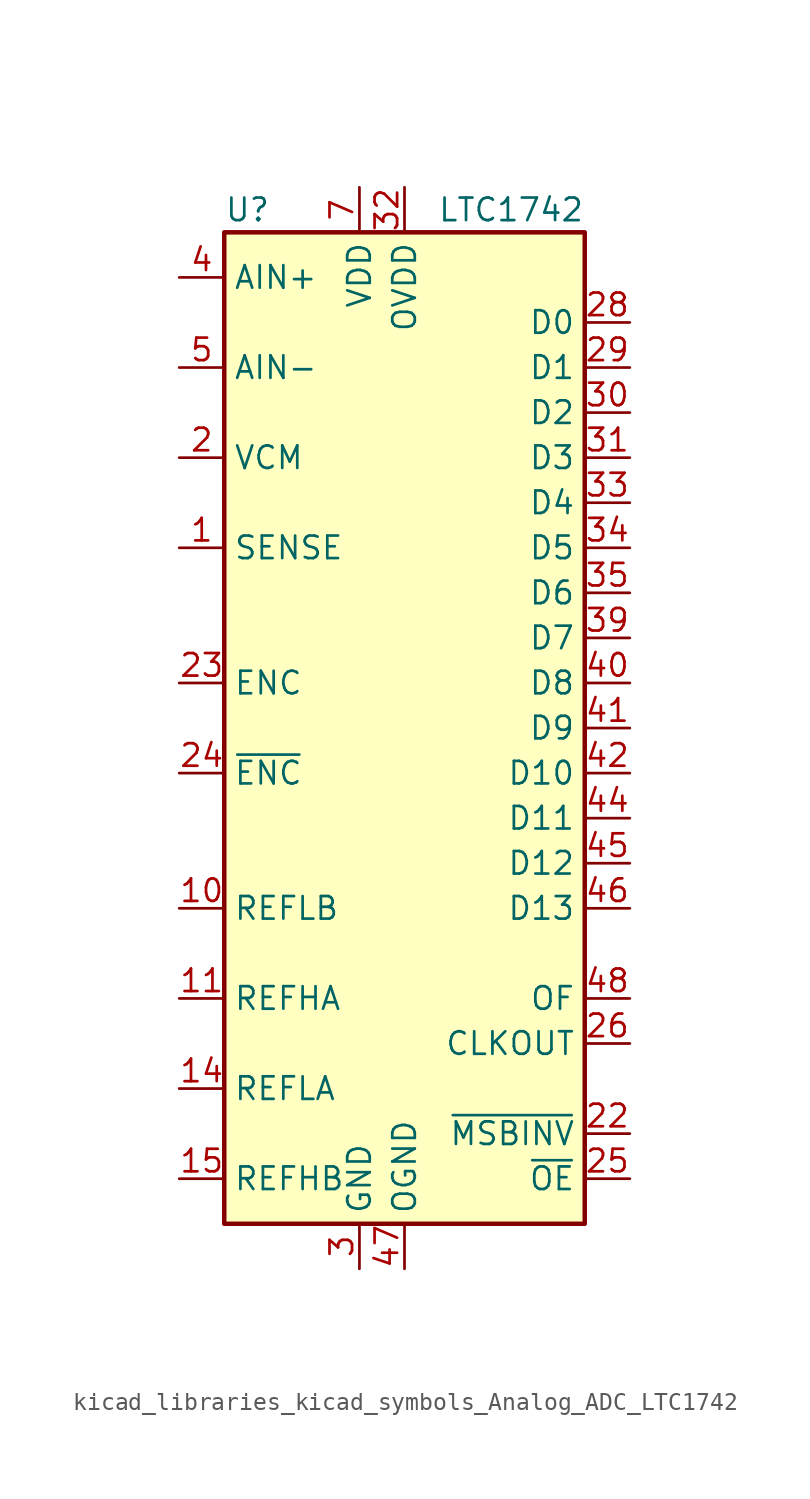
<source format=kicad_sym>
(kicad_symbol_lib
  (version 20220914)
  (generator kicad_symbol_editor)
  (symbol "kicad_libraries_kicad_symbols_Analog_ADC_LTC1742"
    (property "Reference" "U"
      (at -10.16 29.21 0)
      (effects (font (size 1.27 1.27)) (justify left)))
    (property "Value" "LTC1742"
      (at 10.16 29.21 0)
      (effects (font (size 1.27 1.27)) (justify right)))
    (symbol "kicad_libraries_kicad_symbols_Analog_ADC_LTC1742_0_1"
      (rectangle (start -10.16 27.94) (end 10.16 -27.94) (stroke (width 0.254) (type default)) (fill (type background))))
    (symbol "kicad_libraries_kicad_symbols_Analog_ADC_LTC1742_1_1"
      (pin input line (at -12.7 10.16 0) (length 2.54) (name "SENSE" (effects (font (size 1.27 1.27)))) (number "1" (effects (font (size 1.27 1.27)))))
      (pin passive line (at -12.7 -10.16 0) (length 2.54) (name "REFLB" (effects (font (size 1.27 1.27)))) (number "10" (effects (font (size 1.27 1.27)))))
      (pin passive line (at -12.7 -15.24 0) (length 2.54) (name "REFHA" (effects (font (size 1.27 1.27)))) (number "11" (effects (font (size 1.27 1.27)))))
      (pin passive line (at -2.54 -30.48 90) (length 2.54) hide (name "GND" (effects (font (size 1.27 1.27)))) (number "12" (effects (font (size 1.27 1.27)))))
      (pin passive line (at -2.54 -30.48 90) (length 2.54) hide (name "GND" (effects (font (size 1.27 1.27)))) (number "13" (effects (font (size 1.27 1.27)))))
      (pin passive line (at -12.7 -20.32 0) (length 2.54) (name "REFLA" (effects (font (size 1.27 1.27)))) (number "14" (effects (font (size 1.27 1.27)))))
      (pin passive line (at -12.7 -25.4 0) (length 2.54) (name "REFHB" (effects (font (size 1.27 1.27)))) (number "15" (effects (font (size 1.27 1.27)))))
      (pin passive line (at -2.54 -30.48 90) (length 2.54) hide (name "GND" (effects (font (size 1.27 1.27)))) (number "16" (effects (font (size 1.27 1.27)))))
      (pin passive line (at -2.54 30.48 270) (length 2.54) hide (name "VDD" (effects (font (size 1.27 1.27)))) (number "17" (effects (font (size 1.27 1.27)))))
      (pin passive line (at -2.54 30.48 270) (length 2.54) hide (name "VDD" (effects (font (size 1.27 1.27)))) (number "18" (effects (font (size 1.27 1.27)))))
      (pin passive line (at -2.54 -30.48 90) (length 2.54) hide (name "GND" (effects (font (size 1.27 1.27)))) (number "19" (effects (font (size 1.27 1.27)))))
      (pin output line (at -12.7 15.24 0) (length 2.54) (name "VCM" (effects (font (size 1.27 1.27)))) (number "2" (effects (font (size 1.27 1.27)))))
      (pin passive line (at -2.54 30.48 270) (length 2.54) hide (name "VDD" (effects (font (size 1.27 1.27)))) (number "20" (effects (font (size 1.27 1.27)))))
      (pin passive line (at -2.54 -30.48 90) (length 2.54) hide (name "GND" (effects (font (size 1.27 1.27)))) (number "21" (effects (font (size 1.27 1.27)))))
      (pin input line (at 12.7 -22.86 180) (length 2.54) (name "~{MSBINV}" (effects (font (size 1.27 1.27)))) (number "22" (effects (font (size 1.27 1.27)))))
      (pin input line (at -12.7 2.54 0) (length 2.54) (name "ENC" (effects (font (size 1.27 1.27)))) (number "23" (effects (font (size 1.27 1.27)))))
      (pin input line (at -12.7 -2.54 0) (length 2.54) (name "~{ENC}" (effects (font (size 1.27 1.27)))) (number "24" (effects (font (size 1.27 1.27)))))
      (pin input line (at 12.7 -25.4 180) (length 2.54) (name "~{OE}" (effects (font (size 1.27 1.27)))) (number "25" (effects (font (size 1.27 1.27)))))
      (pin output line (at 12.7 -17.78 180) (length 2.54) (name "CLKOUT" (effects (font (size 1.27 1.27)))) (number "26" (effects (font (size 1.27 1.27)))))
      (pin passive line (at 0 -30.48 90) (length 2.54) hide (name "OGND" (effects (font (size 1.27 1.27)))) (number "27" (effects (font (size 1.27 1.27)))))
      (pin output line (at 12.7 22.86 180) (length 2.54) (name "D0" (effects (font (size 1.27 1.27)))) (number "28" (effects (font (size 1.27 1.27)))))
      (pin output line (at 12.7 20.32 180) (length 2.54) (name "D1" (effects (font (size 1.27 1.27)))) (number "29" (effects (font (size 1.27 1.27)))))
      (pin power_in line (at -2.54 -30.48 90) (length 2.54) (name "GND" (effects (font (size 1.27 1.27)))) (number "3" (effects (font (size 1.27 1.27)))))
      (pin output line (at 12.7 17.78 180) (length 2.54) (name "D2" (effects (font (size 1.27 1.27)))) (number "30" (effects (font (size 1.27 1.27)))))
      (pin output line (at 12.7 15.24 180) (length 2.54) (name "D3" (effects (font (size 1.27 1.27)))) (number "31" (effects (font (size 1.27 1.27)))))
      (pin power_in line (at 0 30.48 270) (length 2.54) (name "OVDD" (effects (font (size 1.27 1.27)))) (number "32" (effects (font (size 1.27 1.27)))))
      (pin output line (at 12.7 12.7 180) (length 2.54) (name "D4" (effects (font (size 1.27 1.27)))) (number "33" (effects (font (size 1.27 1.27)))))
      (pin output line (at 12.7 10.16 180) (length 2.54) (name "D5" (effects (font (size 1.27 1.27)))) (number "34" (effects (font (size 1.27 1.27)))))
      (pin output line (at 12.7 7.62 180) (length 2.54) (name "D6" (effects (font (size 1.27 1.27)))) (number "35" (effects (font (size 1.27 1.27)))))
      (pin passive line (at -2.54 -30.48 90) (length 2.54) hide (name "GND" (effects (font (size 1.27 1.27)))) (number "36" (effects (font (size 1.27 1.27)))))
      (pin passive line (at -2.54 -30.48 90) (length 2.54) hide (name "GND" (effects (font (size 1.27 1.27)))) (number "37" (effects (font (size 1.27 1.27)))))
      (pin passive line (at 0 -30.48 90) (length 2.54) hide (name "OGND" (effects (font (size 1.27 1.27)))) (number "38" (effects (font (size 1.27 1.27)))))
      (pin output line (at 12.7 5.08 180) (length 2.54) (name "D7" (effects (font (size 1.27 1.27)))) (number "39" (effects (font (size 1.27 1.27)))))
      (pin input line (at -12.7 25.4 0) (length 2.54) (name "AIN+" (effects (font (size 1.27 1.27)))) (number "4" (effects (font (size 1.27 1.27)))))
      (pin output line (at 12.7 2.54 180) (length 2.54) (name "D8" (effects (font (size 1.27 1.27)))) (number "40" (effects (font (size 1.27 1.27)))))
      (pin output line (at 12.7 0 180) (length 2.54) (name "D9" (effects (font (size 1.27 1.27)))) (number "41" (effects (font (size 1.27 1.27)))))
      (pin output line (at 12.7 -2.54 180) (length 2.54) (name "D10" (effects (font (size 1.27 1.27)))) (number "42" (effects (font (size 1.27 1.27)))))
      (pin passive line (at 0 30.48 270) (length 2.54) hide (name "OVDD" (effects (font (size 1.27 1.27)))) (number "43" (effects (font (size 1.27 1.27)))))
      (pin output line (at 12.7 -5.08 180) (length 2.54) (name "D11" (effects (font (size 1.27 1.27)))) (number "44" (effects (font (size 1.27 1.27)))))
      (pin output line (at 12.7 -7.62 180) (length 2.54) (name "D12" (effects (font (size 1.27 1.27)))) (number "45" (effects (font (size 1.27 1.27)))))
      (pin output line (at 12.7 -10.16 180) (length 2.54) (name "D13" (effects (font (size 1.27 1.27)))) (number "46" (effects (font (size 1.27 1.27)))))
      (pin power_in line (at 0 -30.48 90) (length 2.54) (name "OGND" (effects (font (size 1.27 1.27)))) (number "47" (effects (font (size 1.27 1.27)))))
      (pin output line (at 12.7 -15.24 180) (length 2.54) (name "OF" (effects (font (size 1.27 1.27)))) (number "48" (effects (font (size 1.27 1.27)))))
      (pin input line (at -12.7 20.32 0) (length 2.54) (name "AIN-" (effects (font (size 1.27 1.27)))) (number "5" (effects (font (size 1.27 1.27)))))
      (pin passive line (at -2.54 -30.48 90) (length 2.54) hide (name "GND" (effects (font (size 1.27 1.27)))) (number "6" (effects (font (size 1.27 1.27)))))
      (pin power_in line (at -2.54 30.48 270) (length 2.54) (name "VDD" (effects (font (size 1.27 1.27)))) (number "7" (effects (font (size 1.27 1.27)))))
      (pin passive line (at -2.54 30.48 270) (length 2.54) hide (name "VDD" (effects (font (size 1.27 1.27)))) (number "8" (effects (font (size 1.27 1.27)))))
      (pin passive line (at -2.54 -30.48 90) (length 2.54) hide (name "GND" (effects (font (size 1.27 1.27)))) (number "9" (effects (font (size 1.27 1.27))))))))
</source>
